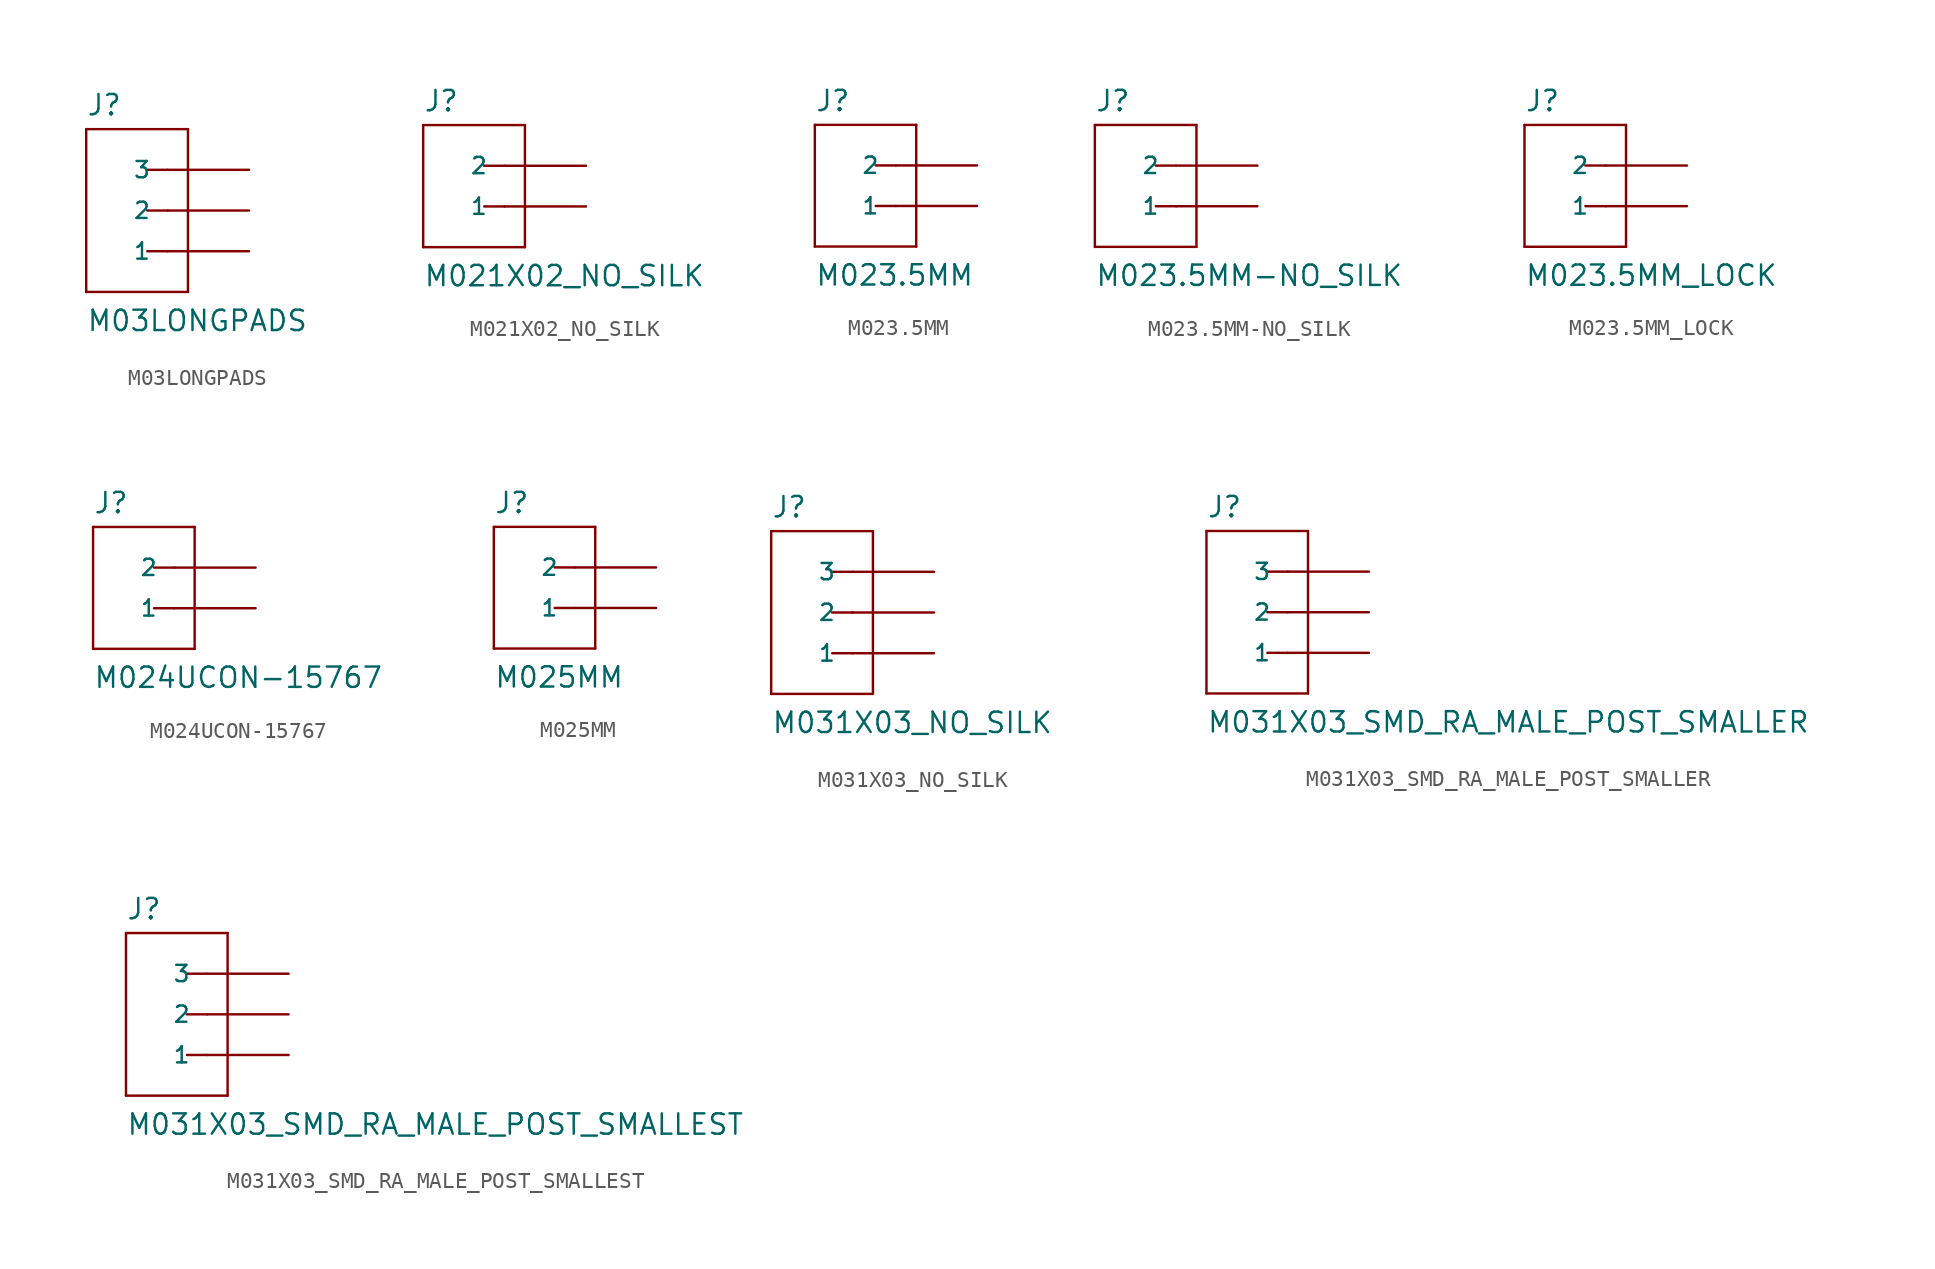
<source format=kicad_sym>
(kicad_symbol_lib
  (version 20211014)
  (generator kicad_symbol_editor)
  (symbol "M03LONGPADS"
    (pin_numbers hide)
    (pin_names
      (offset 1.016))
    (property "Reference" "J"
      (at -2.54 5.842 0)
      (effects (font (size 1.27 1.27)) (justify left bottom)))
    (property "Value" "M03LONGPADS"
      (at -2.54 -7.62 0)
      (effects (font (size 1.27 1.27)) (justify left bottom)))
    (property "Datasheet" ""
      (at 0 0 0)
      (effects (font (size 1.524 1.524))))
    (property "ki_locked" ""
      (at 0 0 0)
      (effects (font (size 1.27 1.27))))
    (symbol "M03LONGPADS_1_0"
      (polyline (pts (xy -2.54 5.08) (xy -2.54 -5.08)) (stroke (width 0) (type default) (color 0 0 0 0)) (fill (type none)))
      (polyline (pts (xy -2.54 5.08) (xy 3.81 5.08)) (stroke (width 0) (type default) (color 0 0 0 0)) (fill (type none)))
      (polyline (pts (xy 1.27 -2.54) (xy 2.54 -2.54)) (stroke (width 0) (type default) (color 0 0 0 0)) (fill (type none)))
      (polyline (pts (xy 1.27 0) (xy 2.54 0)) (stroke (width 0) (type default) (color 0 0 0 0)) (fill (type none)))
      (polyline (pts (xy 1.27 2.54) (xy 2.54 2.54)) (stroke (width 0) (type default) (color 0 0 0 0)) (fill (type none)))
      (polyline (pts (xy 3.81 -5.08) (xy -2.54 -5.08)) (stroke (width 0) (type default) (color 0 0 0 0)) (fill (type none)))
      (polyline (pts (xy 3.81 -5.08) (xy 3.81 5.08)) (stroke (width 0) (type default) (color 0 0 0 0)) (fill (type none))))
    (symbol "M03LONGPADS_1_1"
      (pin passive line (at 7.62 -2.54 180) (length 5.08) (name "1" (effects (font (size 1.016 1.016)))) (number "1" (effects (font (size 1.016 1.016)))))
      (pin passive line (at 7.62 0 180) (length 5.08) (name "2" (effects (font (size 1.016 1.016)))) (number "2" (effects (font (size 1.016 1.016)))))
      (pin passive line (at 7.62 2.54 180) (length 5.08) (name "3" (effects (font (size 1.016 1.016)))) (number "3" (effects (font (size 1.016 1.016)))))))
  (symbol "M021X02_NO_SILK"
    (pin_numbers hide)
    (pin_names
      (offset 1.016))
    (property "Reference" "J"
      (at -2.54 5.842 0)
      (effects (font (size 1.27 1.27)) (justify left bottom)))
    (property "Value" "M021X02_NO_SILK"
      (at -2.54 -5.08 0)
      (effects (font (size 1.27 1.27)) (justify left bottom)))
    (property "Datasheet" ""
      (at 0 0 0)
      (effects (font (size 1.524 1.524))))
    (property "ki_locked" ""
      (at 0 0 0)
      (effects (font (size 1.27 1.27))))
    (symbol "M021X02_NO_SILK_1_0"
      (polyline (pts (xy -2.54 5.08) (xy -2.54 -2.54)) (stroke (width 0) (type default) (color 0 0 0 0)) (fill (type none)))
      (polyline (pts (xy -2.54 5.08) (xy 3.81 5.08)) (stroke (width 0) (type default) (color 0 0 0 0)) (fill (type none)))
      (polyline (pts (xy 1.27 0) (xy 2.54 0)) (stroke (width 0) (type default) (color 0 0 0 0)) (fill (type none)))
      (polyline (pts (xy 1.27 2.54) (xy 2.54 2.54)) (stroke (width 0) (type default) (color 0 0 0 0)) (fill (type none)))
      (polyline (pts (xy 3.81 -2.54) (xy -2.54 -2.54)) (stroke (width 0) (type default) (color 0 0 0 0)) (fill (type none)))
      (polyline (pts (xy 3.81 -2.54) (xy 3.81 5.08)) (stroke (width 0) (type default) (color 0 0 0 0)) (fill (type none))))
    (symbol "M021X02_NO_SILK_1_1"
      (pin passive line (at 7.62 0 180) (length 5.08) (name "1" (effects (font (size 1.016 1.016)))) (number "1" (effects (font (size 1.016 1.016)))))
      (pin passive line (at 7.62 2.54 180) (length 5.08) (name "2" (effects (font (size 1.016 1.016)))) (number "2" (effects (font (size 1.016 1.016)))))))
  (symbol "M023.5MM"
    (pin_numbers hide)
    (pin_names
      (offset 1.016))
    (property "Reference" "J"
      (at -2.54 5.842 0)
      (effects (font (size 1.27 1.27)) (justify left bottom)))
    (property "Value" "M023.5MM"
      (at -2.54 -5.08 0)
      (effects (font (size 1.27 1.27)) (justify left bottom)))
    (property "Datasheet" ""
      (at 0 0 0)
      (effects (font (size 1.524 1.524))))
    (property "ki_locked" ""
      (at 0 0 0)
      (effects (font (size 1.27 1.27))))
    (symbol "M023.5MM_1_0"
      (polyline (pts (xy -2.54 5.08) (xy -2.54 -2.54)) (stroke (width 0) (type default) (color 0 0 0 0)) (fill (type none)))
      (polyline (pts (xy -2.54 5.08) (xy 3.81 5.08)) (stroke (width 0) (type default) (color 0 0 0 0)) (fill (type none)))
      (polyline (pts (xy 1.27 0) (xy 2.54 0)) (stroke (width 0) (type default) (color 0 0 0 0)) (fill (type none)))
      (polyline (pts (xy 1.27 2.54) (xy 2.54 2.54)) (stroke (width 0) (type default) (color 0 0 0 0)) (fill (type none)))
      (polyline (pts (xy 3.81 -2.54) (xy -2.54 -2.54)) (stroke (width 0) (type default) (color 0 0 0 0)) (fill (type none)))
      (polyline (pts (xy 3.81 -2.54) (xy 3.81 5.08)) (stroke (width 0) (type default) (color 0 0 0 0)) (fill (type none))))
    (symbol "M023.5MM_1_1"
      (pin passive line (at 7.62 0 180) (length 5.08) (name "1" (effects (font (size 1.016 1.016)))) (number "1" (effects (font (size 1.016 1.016)))))
      (pin passive line (at 7.62 2.54 180) (length 5.08) (name "2" (effects (font (size 1.016 1.016)))) (number "2" (effects (font (size 1.016 1.016)))))))
  (symbol "M023.5MM-NO_SILK"
    (pin_numbers hide)
    (pin_names
      (offset 1.016))
    (property "Reference" "J"
      (at -2.54 5.842 0)
      (effects (font (size 1.27 1.27)) (justify left bottom)))
    (property "Value" "M023.5MM-NO_SILK"
      (at -2.54 -5.08 0)
      (effects (font (size 1.27 1.27)) (justify left bottom)))
    (property "Datasheet" ""
      (at 0 0 0)
      (effects (font (size 1.524 1.524))))
    (property "ki_locked" ""
      (at 0 0 0)
      (effects (font (size 1.27 1.27))))
    (symbol "M023.5MM-NO_SILK_1_0"
      (polyline (pts (xy -2.54 5.08) (xy -2.54 -2.54)) (stroke (width 0) (type default) (color 0 0 0 0)) (fill (type none)))
      (polyline (pts (xy -2.54 5.08) (xy 3.81 5.08)) (stroke (width 0) (type default) (color 0 0 0 0)) (fill (type none)))
      (polyline (pts (xy 1.27 0) (xy 2.54 0)) (stroke (width 0) (type default) (color 0 0 0 0)) (fill (type none)))
      (polyline (pts (xy 1.27 2.54) (xy 2.54 2.54)) (stroke (width 0) (type default) (color 0 0 0 0)) (fill (type none)))
      (polyline (pts (xy 3.81 -2.54) (xy -2.54 -2.54)) (stroke (width 0) (type default) (color 0 0 0 0)) (fill (type none)))
      (polyline (pts (xy 3.81 -2.54) (xy 3.81 5.08)) (stroke (width 0) (type default) (color 0 0 0 0)) (fill (type none))))
    (symbol "M023.5MM-NO_SILK_1_1"
      (pin passive line (at 7.62 0 180) (length 5.08) (name "1" (effects (font (size 1.016 1.016)))) (number "1" (effects (font (size 1.016 1.016)))))
      (pin passive line (at 7.62 2.54 180) (length 5.08) (name "2" (effects (font (size 1.016 1.016)))) (number "2" (effects (font (size 1.016 1.016)))))))
  (symbol "M023.5MM_LOCK"
    (pin_numbers hide)
    (pin_names
      (offset 1.016))
    (property "Reference" "J"
      (at -2.54 5.842 0)
      (effects (font (size 1.27 1.27)) (justify left bottom)))
    (property "Value" "M023.5MM_LOCK"
      (at -2.54 -5.08 0)
      (effects (font (size 1.27 1.27)) (justify left bottom)))
    (property "Datasheet" ""
      (at 0 0 0)
      (effects (font (size 1.524 1.524))))
    (property "ki_locked" ""
      (at 0 0 0)
      (effects (font (size 1.27 1.27))))
    (symbol "M023.5MM_LOCK_1_0"
      (polyline (pts (xy -2.54 5.08) (xy -2.54 -2.54)) (stroke (width 0) (type default) (color 0 0 0 0)) (fill (type none)))
      (polyline (pts (xy -2.54 5.08) (xy 3.81 5.08)) (stroke (width 0) (type default) (color 0 0 0 0)) (fill (type none)))
      (polyline (pts (xy 1.27 0) (xy 2.54 0)) (stroke (width 0) (type default) (color 0 0 0 0)) (fill (type none)))
      (polyline (pts (xy 1.27 2.54) (xy 2.54 2.54)) (stroke (width 0) (type default) (color 0 0 0 0)) (fill (type none)))
      (polyline (pts (xy 3.81 -2.54) (xy -2.54 -2.54)) (stroke (width 0) (type default) (color 0 0 0 0)) (fill (type none)))
      (polyline (pts (xy 3.81 -2.54) (xy 3.81 5.08)) (stroke (width 0) (type default) (color 0 0 0 0)) (fill (type none))))
    (symbol "M023.5MM_LOCK_1_1"
      (pin passive line (at 7.62 0 180) (length 5.08) (name "1" (effects (font (size 1.016 1.016)))) (number "1" (effects (font (size 1.016 1.016)))))
      (pin passive line (at 7.62 2.54 180) (length 5.08) (name "2" (effects (font (size 1.016 1.016)))) (number "2" (effects (font (size 1.016 1.016)))))))
  (symbol "M024UCON-15767"
    (pin_numbers hide)
    (pin_names
      (offset 1.016))
    (property "Reference" "J"
      (at -2.54 5.842 0)
      (effects (font (size 1.27 1.27)) (justify left bottom)))
    (property "Value" "M024UCON-15767"
      (at -2.54 -5.08 0)
      (effects (font (size 1.27 1.27)) (justify left bottom)))
    (property "Datasheet" ""
      (at 0 0 0)
      (effects (font (size 1.524 1.524))))
    (property "ki_locked" ""
      (at 0 0 0)
      (effects (font (size 1.27 1.27))))
    (symbol "M024UCON-15767_1_0"
      (polyline (pts (xy -2.54 5.08) (xy -2.54 -2.54)) (stroke (width 0) (type default) (color 0 0 0 0)) (fill (type none)))
      (polyline (pts (xy -2.54 5.08) (xy 3.81 5.08)) (stroke (width 0) (type default) (color 0 0 0 0)) (fill (type none)))
      (polyline (pts (xy 1.27 0) (xy 2.54 0)) (stroke (width 0) (type default) (color 0 0 0 0)) (fill (type none)))
      (polyline (pts (xy 1.27 2.54) (xy 2.54 2.54)) (stroke (width 0) (type default) (color 0 0 0 0)) (fill (type none)))
      (polyline (pts (xy 3.81 -2.54) (xy -2.54 -2.54)) (stroke (width 0) (type default) (color 0 0 0 0)) (fill (type none)))
      (polyline (pts (xy 3.81 -2.54) (xy 3.81 5.08)) (stroke (width 0) (type default) (color 0 0 0 0)) (fill (type none))))
    (symbol "M024UCON-15767_1_1"
      (pin passive line (at 7.62 0 180) (length 5.08) (name "1" (effects (font (size 1.016 1.016)))) (number "GND" (effects (font (size 1.016 1.016)))))
      (pin passive line (at 7.62 2.54 180) (length 5.08) (name "2" (effects (font (size 1.016 1.016)))) (number "VCC" (effects (font (size 1.016 1.016)))))))
  (symbol "M025MM"
    (pin_numbers hide)
    (pin_names
      (offset 1.016))
    (property "Reference" "J"
      (at -2.54 5.842 0)
      (effects (font (size 1.27 1.27)) (justify left bottom)))
    (property "Value" "M025MM"
      (at -2.54 -5.08 0)
      (effects (font (size 1.27 1.27)) (justify left bottom)))
    (property "Datasheet" ""
      (at 0 0 0)
      (effects (font (size 1.524 1.524))))
    (property "ki_locked" ""
      (at 0 0 0)
      (effects (font (size 1.27 1.27))))
    (symbol "M025MM_1_0"
      (polyline (pts (xy -2.54 5.08) (xy -2.54 -2.54)) (stroke (width 0) (type default) (color 0 0 0 0)) (fill (type none)))
      (polyline (pts (xy -2.54 5.08) (xy 3.81 5.08)) (stroke (width 0) (type default) (color 0 0 0 0)) (fill (type none)))
      (polyline (pts (xy 1.27 0) (xy 2.54 0)) (stroke (width 0) (type default) (color 0 0 0 0)) (fill (type none)))
      (polyline (pts (xy 1.27 2.54) (xy 2.54 2.54)) (stroke (width 0) (type default) (color 0 0 0 0)) (fill (type none)))
      (polyline (pts (xy 3.81 -2.54) (xy -2.54 -2.54)) (stroke (width 0) (type default) (color 0 0 0 0)) (fill (type none)))
      (polyline (pts (xy 3.81 -2.54) (xy 3.81 5.08)) (stroke (width 0) (type default) (color 0 0 0 0)) (fill (type none))))
    (symbol "M025MM_1_1"
      (pin passive line (at 7.62 0 180) (length 5.08) (name "1" (effects (font (size 1.016 1.016)))) (number "1" (effects (font (size 1.016 1.016)))))
      (pin passive line (at 7.62 2.54 180) (length 5.08) (name "2" (effects (font (size 1.016 1.016)))) (number "2" (effects (font (size 1.016 1.016)))))))
  (symbol "M031X03_NO_SILK"
    (pin_numbers hide)
    (pin_names
      (offset 1.016))
    (property "Reference" "J"
      (at -2.54 5.842 0)
      (effects (font (size 1.27 1.27)) (justify left bottom)))
    (property "Value" "M031X03_NO_SILK"
      (at -2.54 -7.62 0)
      (effects (font (size 1.27 1.27)) (justify left bottom)))
    (property "Datasheet" ""
      (at 0 0 0)
      (effects (font (size 1.524 1.524))))
    (property "ki_locked" ""
      (at 0 0 0)
      (effects (font (size 1.27 1.27))))
    (symbol "M031X03_NO_SILK_1_0"
      (polyline (pts (xy -2.54 5.08) (xy -2.54 -5.08)) (stroke (width 0) (type default) (color 0 0 0 0)) (fill (type none)))
      (polyline (pts (xy -2.54 5.08) (xy 3.81 5.08)) (stroke (width 0) (type default) (color 0 0 0 0)) (fill (type none)))
      (polyline (pts (xy 1.27 -2.54) (xy 2.54 -2.54)) (stroke (width 0) (type default) (color 0 0 0 0)) (fill (type none)))
      (polyline (pts (xy 1.27 0) (xy 2.54 0)) (stroke (width 0) (type default) (color 0 0 0 0)) (fill (type none)))
      (polyline (pts (xy 1.27 2.54) (xy 2.54 2.54)) (stroke (width 0) (type default) (color 0 0 0 0)) (fill (type none)))
      (polyline (pts (xy 3.81 -5.08) (xy -2.54 -5.08)) (stroke (width 0) (type default) (color 0 0 0 0)) (fill (type none)))
      (polyline (pts (xy 3.81 -5.08) (xy 3.81 5.08)) (stroke (width 0) (type default) (color 0 0 0 0)) (fill (type none))))
    (symbol "M031X03_NO_SILK_1_1"
      (pin passive line (at 7.62 -2.54 180) (length 5.08) (name "1" (effects (font (size 1.016 1.016)))) (number "1" (effects (font (size 1.016 1.016)))))
      (pin passive line (at 7.62 0 180) (length 5.08) (name "2" (effects (font (size 1.016 1.016)))) (number "2" (effects (font (size 1.016 1.016)))))
      (pin passive line (at 7.62 2.54 180) (length 5.08) (name "3" (effects (font (size 1.016 1.016)))) (number "3" (effects (font (size 1.016 1.016)))))))
  (symbol "M031X03_SMD_RA_MALE_POST_SMALLER"
    (pin_numbers hide)
    (pin_names
      (offset 1.016))
    (property "Reference" "J"
      (at -2.54 5.842 0)
      (effects (font (size 1.27 1.27)) (justify left bottom)))
    (property "Value" "M031X03_SMD_RA_MALE_POST_SMALLER"
      (at -2.54 -7.62 0)
      (effects (font (size 1.27 1.27)) (justify left bottom)))
    (property "Datasheet" ""
      (at 0 0 0)
      (effects (font (size 1.524 1.524))))
    (property "ki_locked" ""
      (at 0 0 0)
      (effects (font (size 1.27 1.27))))
    (symbol "M031X03_SMD_RA_MALE_POST_SMALLER_1_0"
      (polyline (pts (xy -2.54 5.08) (xy -2.54 -5.08)) (stroke (width 0) (type default) (color 0 0 0 0)) (fill (type none)))
      (polyline (pts (xy -2.54 5.08) (xy 3.81 5.08)) (stroke (width 0) (type default) (color 0 0 0 0)) (fill (type none)))
      (polyline (pts (xy 1.27 -2.54) (xy 2.54 -2.54)) (stroke (width 0) (type default) (color 0 0 0 0)) (fill (type none)))
      (polyline (pts (xy 1.27 0) (xy 2.54 0)) (stroke (width 0) (type default) (color 0 0 0 0)) (fill (type none)))
      (polyline (pts (xy 1.27 2.54) (xy 2.54 2.54)) (stroke (width 0) (type default) (color 0 0 0 0)) (fill (type none)))
      (polyline (pts (xy 3.81 -5.08) (xy -2.54 -5.08)) (stroke (width 0) (type default) (color 0 0 0 0)) (fill (type none)))
      (polyline (pts (xy 3.81 -5.08) (xy 3.81 5.08)) (stroke (width 0) (type default) (color 0 0 0 0)) (fill (type none))))
    (symbol "M031X03_SMD_RA_MALE_POST_SMALLER_1_1"
      (pin passive line (at 7.62 -2.54 180) (length 5.08) (name "1" (effects (font (size 1.016 1.016)))) (number "1" (effects (font (size 1.016 1.016)))))
      (pin passive line (at 7.62 0 180) (length 5.08) (name "2" (effects (font (size 1.016 1.016)))) (number "2" (effects (font (size 1.016 1.016)))))
      (pin passive line (at 7.62 2.54 180) (length 5.08) (name "3" (effects (font (size 1.016 1.016)))) (number "3" (effects (font (size 1.016 1.016)))))))
  (symbol "M031X03_SMD_RA_MALE_POST_SMALLEST"
    (pin_numbers hide)
    (pin_names
      (offset 1.016))
    (property "Reference" "J"
      (at -2.54 5.842 0)
      (effects (font (size 1.27 1.27)) (justify left bottom)))
    (property "Value" "M031X03_SMD_RA_MALE_POST_SMALLEST"
      (at -2.54 -7.62 0)
      (effects (font (size 1.27 1.27)) (justify left bottom)))
    (property "Datasheet" ""
      (at 0 0 0)
      (effects (font (size 1.524 1.524))))
    (property "ki_locked" ""
      (at 0 0 0)
      (effects (font (size 1.27 1.27))))
    (symbol "M031X03_SMD_RA_MALE_POST_SMALLEST_1_0"
      (polyline (pts (xy -2.54 5.08) (xy -2.54 -5.08)) (stroke (width 0) (type default) (color 0 0 0 0)) (fill (type none)))
      (polyline (pts (xy -2.54 5.08) (xy 3.81 5.08)) (stroke (width 0) (type default) (color 0 0 0 0)) (fill (type none)))
      (polyline (pts (xy 1.27 -2.54) (xy 2.54 -2.54)) (stroke (width 0) (type default) (color 0 0 0 0)) (fill (type none)))
      (polyline (pts (xy 1.27 0) (xy 2.54 0)) (stroke (width 0) (type default) (color 0 0 0 0)) (fill (type none)))
      (polyline (pts (xy 1.27 2.54) (xy 2.54 2.54)) (stroke (width 0) (type default) (color 0 0 0 0)) (fill (type none)))
      (polyline (pts (xy 3.81 -5.08) (xy -2.54 -5.08)) (stroke (width 0) (type default) (color 0 0 0 0)) (fill (type none)))
      (polyline (pts (xy 3.81 -5.08) (xy 3.81 5.08)) (stroke (width 0) (type default) (color 0 0 0 0)) (fill (type none))))
    (symbol "M031X03_SMD_RA_MALE_POST_SMALLEST_1_1"
      (pin passive line (at 7.62 -2.54 180) (length 5.08) (name "1" (effects (font (size 1.016 1.016)))) (number "1" (effects (font (size 1.016 1.016)))))
      (pin passive line (at 7.62 0 180) (length 5.08) (name "2" (effects (font (size 1.016 1.016)))) (number "2" (effects (font (size 1.016 1.016)))))
      (pin passive line (at 7.62 2.54 180) (length 5.08) (name "3" (effects (font (size 1.016 1.016)))) (number "3" (effects (font (size 1.016 1.016))))))))
</source>
